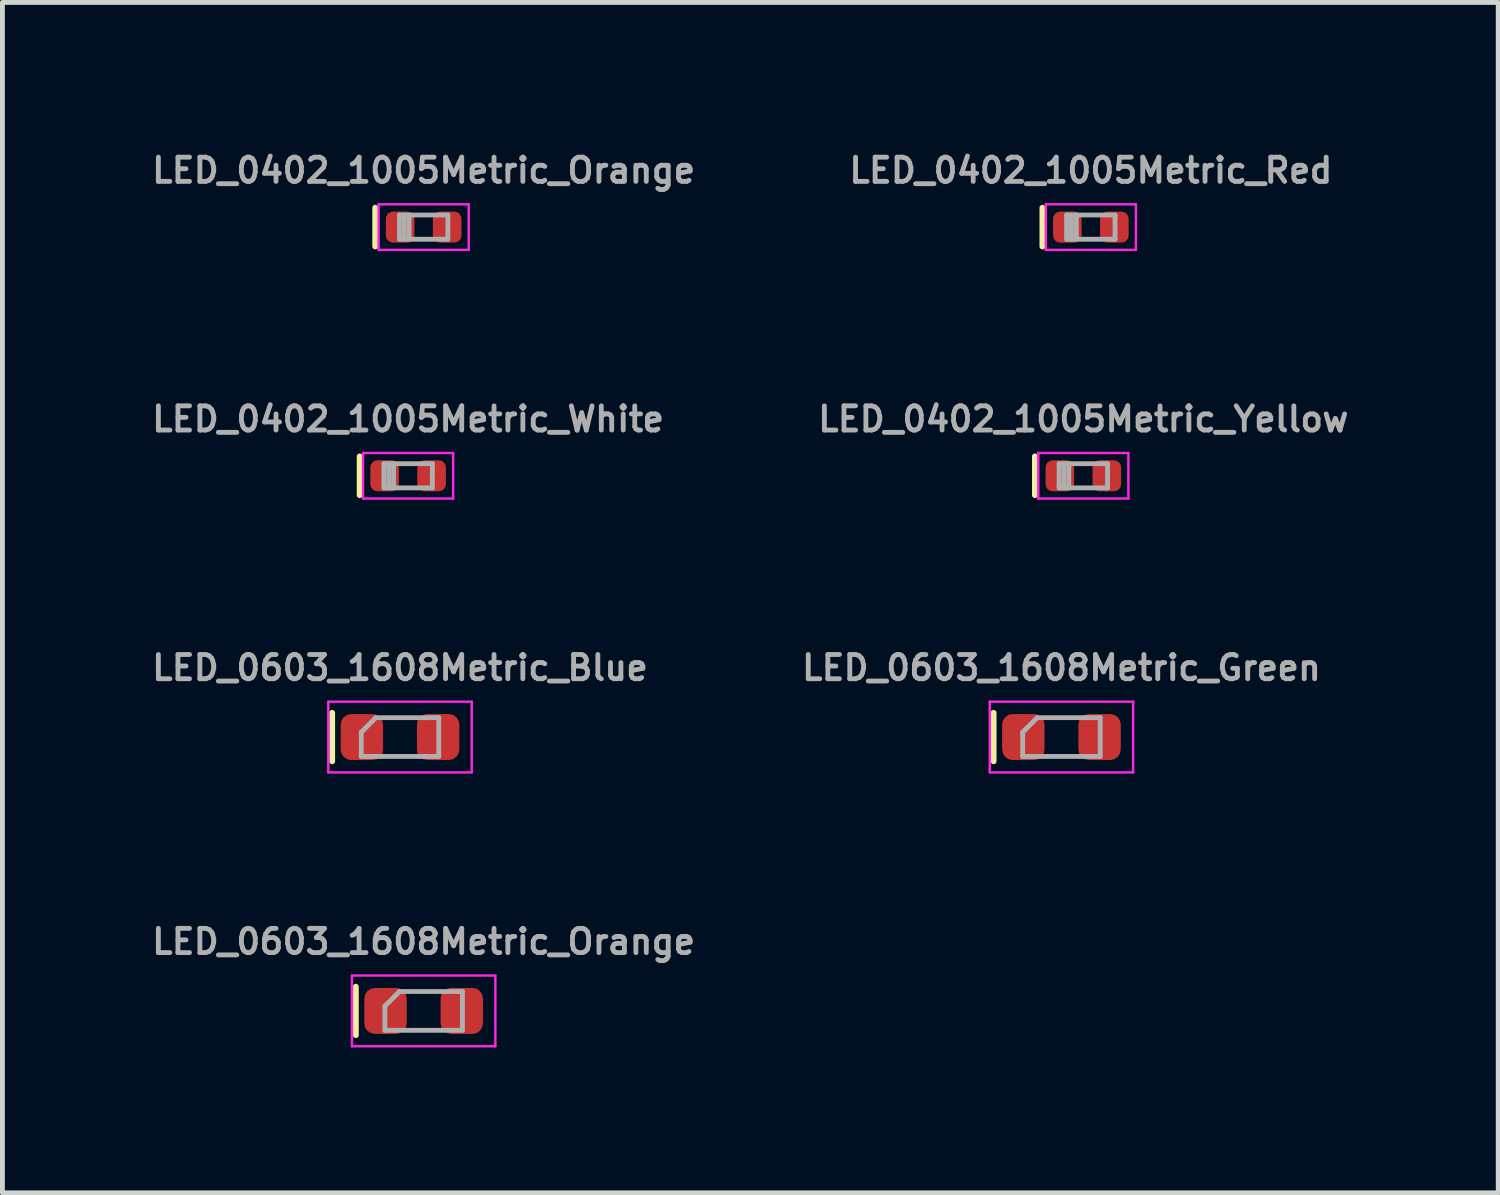
<source format=kicad_pcb>
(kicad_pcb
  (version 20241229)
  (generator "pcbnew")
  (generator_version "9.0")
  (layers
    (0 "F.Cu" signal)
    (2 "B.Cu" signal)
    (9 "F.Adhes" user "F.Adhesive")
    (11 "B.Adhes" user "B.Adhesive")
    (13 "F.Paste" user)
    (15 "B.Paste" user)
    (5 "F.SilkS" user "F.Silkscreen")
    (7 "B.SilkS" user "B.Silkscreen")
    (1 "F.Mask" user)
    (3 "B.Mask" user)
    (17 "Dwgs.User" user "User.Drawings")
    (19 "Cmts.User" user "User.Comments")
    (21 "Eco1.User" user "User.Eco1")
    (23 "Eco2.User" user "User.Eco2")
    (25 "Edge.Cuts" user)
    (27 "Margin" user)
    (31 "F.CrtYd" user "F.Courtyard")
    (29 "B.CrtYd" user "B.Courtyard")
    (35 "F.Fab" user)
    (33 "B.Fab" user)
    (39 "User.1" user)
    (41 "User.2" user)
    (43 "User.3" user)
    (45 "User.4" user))
  (footprint "LED_0402_1005Metric_Orange"
    (layer "F.Cu")
    (at 5.695 1.638)
    (property "Reference" "LED_0402_1005Metric_Orange" (at 0 -1.17 0) (layer "F.Fab") (effects (font (size 0.5 0.5) (thickness 0.1))))
    (attr smd)
    (fp_line (start -1 -0.4) (end -1 0.4) (stroke (width 0.12) (type solid)) (layer "F.SilkS"))
    (fp_line (start -0.93 -0.47) (end 0.93 -0.47) (stroke (width 0.05) (type solid)) (layer "F.CrtYd"))
    (fp_line (start -0.93 0.47) (end -0.93 -0.47) (stroke (width 0.05) (type solid)) (layer "F.CrtYd"))
    (fp_line (start 0.93 -0.47) (end 0.93 0.47) (stroke (width 0.05) (type solid)) (layer "F.CrtYd"))
    (fp_line (start 0.93 0.47) (end -0.93 0.47) (stroke (width 0.05) (type solid)) (layer "F.CrtYd"))
    (fp_line (start -0.5 -0.25) (end 0.5 -0.25) (stroke (width 0.1) (type solid)) (layer "F.Fab"))
    (fp_line (start -0.5 0.25) (end -0.5 -0.25) (stroke (width 0.1) (type solid)) (layer "F.Fab"))
    (fp_line (start -0.4 0.25) (end -0.4 -0.25) (stroke (width 0.1) (type solid)) (layer "F.Fab"))
    (fp_line (start -0.3 0.25) (end -0.3 -0.25) (stroke (width 0.1) (type solid)) (layer "F.Fab"))
    (fp_line (start 0.5 -0.25) (end 0.5 0.25) (stroke (width 0.1) (type solid)) (layer "F.Fab"))
    (fp_line (start 0.5 0.25) (end -0.5 0.25) (stroke (width 0.1) (type solid)) (layer "F.Fab"))
    (pad "1" smd roundrect (at -0.485 0) (size 0.59 0.64) (layers "F.Cu" "F.Mask" "F.Paste") (roundrect_rratio 0.25))
    (pad "2" smd roundrect (at 0.485 0) (size 0.59 0.64) (layers "F.Cu" "F.Mask" "F.Paste") (roundrect_rratio 0.25)))
  (footprint "LED_0402_1005Metric_White"
    (layer "F.Cu")
    (at 5.374 6.771)
    (property "Reference" "LED_0402_1005Metric_White" (at 0 -1.17 0) (layer "F.Fab") (effects (font (size 0.5 0.5) (thickness 0.1))))
    (attr smd)
    (fp_line (start -1 -0.4) (end -1 0.4) (stroke (width 0.12) (type solid)) (layer "F.SilkS"))
    (fp_line (start -0.93 -0.47) (end 0.93 -0.47) (stroke (width 0.05) (type solid)) (layer "F.CrtYd"))
    (fp_line (start -0.93 0.47) (end -0.93 -0.47) (stroke (width 0.05) (type solid)) (layer "F.CrtYd"))
    (fp_line (start 0.93 -0.47) (end 0.93 0.47) (stroke (width 0.05) (type solid)) (layer "F.CrtYd"))
    (fp_line (start 0.93 0.47) (end -0.93 0.47) (stroke (width 0.05) (type solid)) (layer "F.CrtYd"))
    (fp_line (start -0.5 -0.25) (end 0.5 -0.25) (stroke (width 0.1) (type solid)) (layer "F.Fab"))
    (fp_line (start -0.5 0.25) (end -0.5 -0.25) (stroke (width 0.1) (type solid)) (layer "F.Fab"))
    (fp_line (start -0.4 0.25) (end -0.4 -0.25) (stroke (width 0.1) (type solid)) (layer "F.Fab"))
    (fp_line (start -0.3 0.25) (end -0.3 -0.25) (stroke (width 0.1) (type solid)) (layer "F.Fab"))
    (fp_line (start 0.5 -0.25) (end 0.5 0.25) (stroke (width 0.1) (type solid)) (layer "F.Fab"))
    (fp_line (start 0.5 0.25) (end -0.5 0.25) (stroke (width 0.1) (type solid)) (layer "F.Fab"))
    (pad "1" smd roundrect (at -0.485 0) (size 0.59 0.64) (layers "F.Cu" "F.Mask" "F.Paste") (roundrect_rratio 0.25))
    (pad "2" smd roundrect (at 0.485 0) (size 0.59 0.64) (layers "F.Cu" "F.Mask" "F.Paste") (roundrect_rratio 0.25)))
  (footprint "LED_0603_1608Metric_Green"
    (layer "F.Cu")
    (at 18.86 12.164)
    (property "Reference" "LED_0603_1608Metric_Green" (at 0 -1.43 0) (layer "F.Fab") (effects (font (size 0.5 0.5) (thickness 0.1))))
    (attr smd)
    (fp_line (start -1.4 -0.5) (end -1.4 0.5) (stroke (width 0.12) (type solid)) (layer "F.SilkS"))
    (fp_line (start -1.48 -0.73) (end 1.48 -0.73) (stroke (width 0.05) (type solid)) (layer "F.CrtYd"))
    (fp_line (start -1.48 0.73) (end -1.48 -0.73) (stroke (width 0.05) (type solid)) (layer "F.CrtYd"))
    (fp_line (start 1.48 -0.73) (end 1.48 0.73) (stroke (width 0.05) (type solid)) (layer "F.CrtYd"))
    (fp_line (start 1.48 0.73) (end -1.48 0.73) (stroke (width 0.05) (type solid)) (layer "F.CrtYd"))
    (fp_line (start -0.8 -0.1) (end -0.8 0.4) (stroke (width 0.1) (type solid)) (layer "F.Fab"))
    (fp_line (start -0.8 0.4) (end 0.8 0.4) (stroke (width 0.1) (type solid)) (layer "F.Fab"))
    (fp_line (start -0.5 -0.4) (end -0.8 -0.1) (stroke (width 0.1) (type solid)) (layer "F.Fab"))
    (fp_line (start 0.8 -0.4) (end -0.5 -0.4) (stroke (width 0.1) (type solid)) (layer "F.Fab"))
    (fp_line (start 0.8 0.4) (end 0.8 -0.4) (stroke (width 0.1) (type solid)) (layer "F.Fab"))
    (pad "1" smd roundrect (at -0.787 0) (size 0.875 0.95) (layers "F.Cu" "F.Mask" "F.Paste") (roundrect_rratio 0.25))
    (pad "2" smd roundrect (at 0.787 0) (size 0.875 0.95) (layers "F.Cu" "F.Mask" "F.Paste") (roundrect_rratio 0.25)))
  (footprint "LED_0603_1608Metric_Orange"
    (layer "F.Cu")
    (at 5.695 17.817)
    (property "Reference" "LED_0603_1608Metric_Orange" (at 0 -1.43 0) (layer "F.Fab") (effects (font (size 0.5 0.5) (thickness 0.1))))
    (attr smd)
    (fp_line (start -1.4 -0.5) (end -1.4 0.5) (stroke (width 0.12) (type solid)) (layer "F.SilkS"))
    (fp_line (start -1.48 -0.73) (end 1.48 -0.73) (stroke (width 0.05) (type solid)) (layer "F.CrtYd"))
    (fp_line (start -1.48 0.73) (end -1.48 -0.73) (stroke (width 0.05) (type solid)) (layer "F.CrtYd"))
    (fp_line (start 1.48 -0.73) (end 1.48 0.73) (stroke (width 0.05) (type solid)) (layer "F.CrtYd"))
    (fp_line (start 1.48 0.73) (end -1.48 0.73) (stroke (width 0.05) (type solid)) (layer "F.CrtYd"))
    (fp_line (start -0.8 -0.1) (end -0.8 0.4) (stroke (width 0.1) (type solid)) (layer "F.Fab"))
    (fp_line (start -0.8 0.4) (end 0.8 0.4) (stroke (width 0.1) (type solid)) (layer "F.Fab"))
    (fp_line (start -0.5 -0.4) (end -0.8 -0.1) (stroke (width 0.1) (type solid)) (layer "F.Fab"))
    (fp_line (start 0.8 -0.4) (end -0.5 -0.4) (stroke (width 0.1) (type solid)) (layer "F.Fab"))
    (fp_line (start 0.8 0.4) (end 0.8 -0.4) (stroke (width 0.1) (type solid)) (layer "F.Fab"))
    (pad "1" smd roundrect (at -0.787 0) (size 0.875 0.95) (layers "F.Cu" "F.Mask" "F.Paste") (roundrect_rratio 0.25))
    (pad "2" smd roundrect (at 0.787 0) (size 0.875 0.95) (layers "F.Cu" "F.Mask" "F.Paste") (roundrect_rratio 0.25)))
  (footprint "LED_0603_1608Metric_Blue"
    (layer "F.Cu")
    (at 5.207 12.164)
    (property "Reference" "LED_0603_1608Metric_Blue" (at 0 -1.43 0) (layer "F.Fab") (effects (font (size 0.5 0.5) (thickness 0.1))))
    (attr smd)
    (fp_line (start -1.4 -0.5) (end -1.4 0.5) (stroke (width 0.12) (type solid)) (layer "F.SilkS"))
    (fp_line (start -1.48 -0.73) (end 1.48 -0.73) (stroke (width 0.05) (type solid)) (layer "F.CrtYd"))
    (fp_line (start -1.48 0.73) (end -1.48 -0.73) (stroke (width 0.05) (type solid)) (layer "F.CrtYd"))
    (fp_line (start 1.48 -0.73) (end 1.48 0.73) (stroke (width 0.05) (type solid)) (layer "F.CrtYd"))
    (fp_line (start 1.48 0.73) (end -1.48 0.73) (stroke (width 0.05) (type solid)) (layer "F.CrtYd"))
    (fp_line (start -0.8 -0.1) (end -0.8 0.4) (stroke (width 0.1) (type solid)) (layer "F.Fab"))
    (fp_line (start -0.8 0.4) (end 0.8 0.4) (stroke (width 0.1) (type solid)) (layer "F.Fab"))
    (fp_line (start -0.5 -0.4) (end -0.8 -0.1) (stroke (width 0.1) (type solid)) (layer "F.Fab"))
    (fp_line (start 0.8 -0.4) (end -0.5 -0.4) (stroke (width 0.1) (type solid)) (layer "F.Fab"))
    (fp_line (start 0.8 0.4) (end 0.8 -0.4) (stroke (width 0.1) (type solid)) (layer "F.Fab"))
    (pad "1" smd roundrect (at -0.787 0) (size 0.875 0.95) (layers "F.Cu" "F.Mask" "F.Paste") (roundrect_rratio 0.25))
    (pad "2" smd roundrect (at 0.787 0) (size 0.875 0.95) (layers "F.Cu" "F.Mask" "F.Paste") (roundrect_rratio 0.25)))
  (footprint "LED_0402_1005Metric_Yellow"
    (layer "F.Cu")
    (at 19.312 6.771)
    (property "Reference" "LED_0402_1005Metric_Yellow" (at 0 -1.17 0) (layer "F.Fab") (effects (font (size 0.5 0.5) (thickness 0.1))))
    (attr smd)
    (fp_line (start -1 -0.4) (end -1 0.4) (stroke (width 0.12) (type solid)) (layer "F.SilkS"))
    (fp_line (start -0.93 -0.47) (end 0.93 -0.47) (stroke (width 0.05) (type solid)) (layer "F.CrtYd"))
    (fp_line (start -0.93 0.47) (end -0.93 -0.47) (stroke (width 0.05) (type solid)) (layer "F.CrtYd"))
    (fp_line (start 0.93 -0.47) (end 0.93 0.47) (stroke (width 0.05) (type solid)) (layer "F.CrtYd"))
    (fp_line (start 0.93 0.47) (end -0.93 0.47) (stroke (width 0.05) (type solid)) (layer "F.CrtYd"))
    (fp_line (start -0.5 -0.25) (end 0.5 -0.25) (stroke (width 0.1) (type solid)) (layer "F.Fab"))
    (fp_line (start -0.5 0.25) (end -0.5 -0.25) (stroke (width 0.1) (type solid)) (layer "F.Fab"))
    (fp_line (start -0.4 0.25) (end -0.4 -0.25) (stroke (width 0.1) (type solid)) (layer "F.Fab"))
    (fp_line (start -0.3 0.25) (end -0.3 -0.25) (stroke (width 0.1) (type solid)) (layer "F.Fab"))
    (fp_line (start 0.5 -0.25) (end 0.5 0.25) (stroke (width 0.1) (type solid)) (layer "F.Fab"))
    (fp_line (start 0.5 0.25) (end -0.5 0.25) (stroke (width 0.1) (type solid)) (layer "F.Fab"))
    (pad "1" smd roundrect (at -0.485 0) (size 0.59 0.64) (layers "F.Cu" "F.Mask" "F.Paste") (roundrect_rratio 0.25))
    (pad "2" smd roundrect (at 0.485 0) (size 0.59 0.64) (layers "F.Cu" "F.Mask" "F.Paste") (roundrect_rratio 0.25)))
  (footprint "LED_0402_1005Metric_Red"
    (layer "F.Cu")
    (at 19.467 1.638)
    (property "Reference" "LED_0402_1005Metric_Red" (at 0 -1.17 0) (layer "F.Fab") (effects (font (size 0.5 0.5) (thickness 0.1))))
    (attr smd)
    (fp_line (start -1 -0.4) (end -1 0.4) (stroke (width 0.12) (type solid)) (layer "F.SilkS"))
    (fp_line (start -0.93 -0.47) (end 0.93 -0.47) (stroke (width 0.05) (type solid)) (layer "F.CrtYd"))
    (fp_line (start -0.93 0.47) (end -0.93 -0.47) (stroke (width 0.05) (type solid)) (layer "F.CrtYd"))
    (fp_line (start 0.93 -0.47) (end 0.93 0.47) (stroke (width 0.05) (type solid)) (layer "F.CrtYd"))
    (fp_line (start 0.93 0.47) (end -0.93 0.47) (stroke (width 0.05) (type solid)) (layer "F.CrtYd"))
    (fp_line (start -0.5 -0.25) (end 0.5 -0.25) (stroke (width 0.1) (type solid)) (layer "F.Fab"))
    (fp_line (start -0.5 0.25) (end -0.5 -0.25) (stroke (width 0.1) (type solid)) (layer "F.Fab"))
    (fp_line (start -0.4 0.25) (end -0.4 -0.25) (stroke (width 0.1) (type solid)) (layer "F.Fab"))
    (fp_line (start -0.3 0.25) (end -0.3 -0.25) (stroke (width 0.1) (type solid)) (layer "F.Fab"))
    (fp_line (start 0.5 -0.25) (end 0.5 0.25) (stroke (width 0.1) (type solid)) (layer "F.Fab"))
    (fp_line (start 0.5 0.25) (end -0.5 0.25) (stroke (width 0.1) (type solid)) (layer "F.Fab"))
    (pad "1" smd roundrect (at -0.485 0) (size 0.59 0.64) (layers "F.Cu" "F.Mask" "F.Paste") (roundrect_rratio 0.25))
    (pad "2" smd roundrect (at 0.485 0) (size 0.59 0.64) (layers "F.Cu" "F.Mask" "F.Paste") (roundrect_rratio 0.25)))
  (gr_rect
    (start -3 -3)
    (end 27.876 21.572)
    (stroke (width 0.1) (type default))
    (fill no)
    (layer "Edge.Cuts")))
</source>
